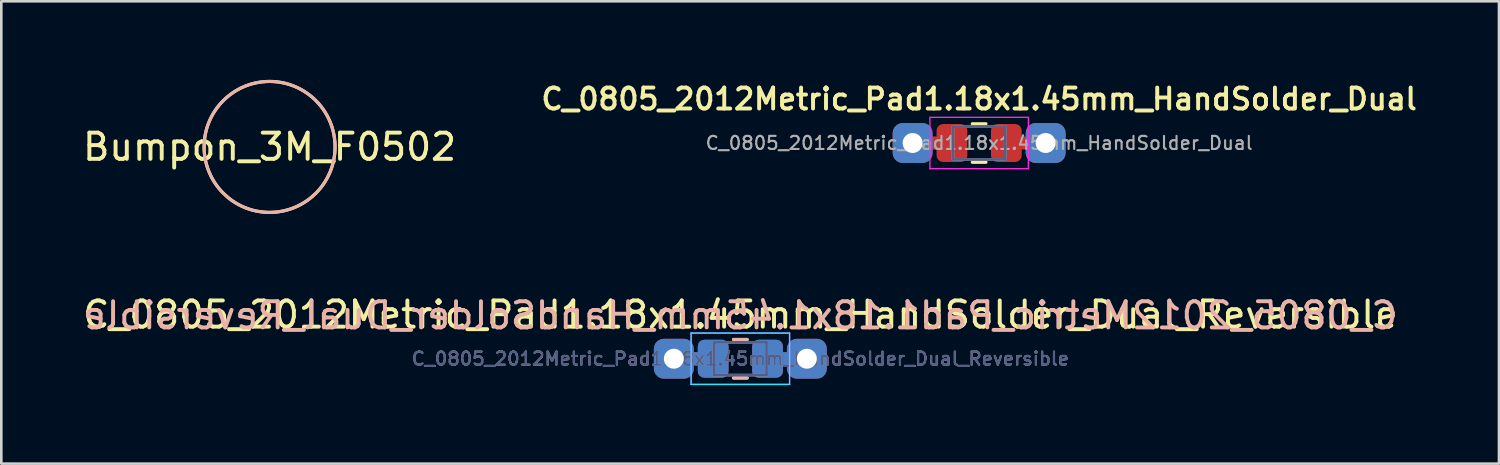
<source format=kicad_pcb>
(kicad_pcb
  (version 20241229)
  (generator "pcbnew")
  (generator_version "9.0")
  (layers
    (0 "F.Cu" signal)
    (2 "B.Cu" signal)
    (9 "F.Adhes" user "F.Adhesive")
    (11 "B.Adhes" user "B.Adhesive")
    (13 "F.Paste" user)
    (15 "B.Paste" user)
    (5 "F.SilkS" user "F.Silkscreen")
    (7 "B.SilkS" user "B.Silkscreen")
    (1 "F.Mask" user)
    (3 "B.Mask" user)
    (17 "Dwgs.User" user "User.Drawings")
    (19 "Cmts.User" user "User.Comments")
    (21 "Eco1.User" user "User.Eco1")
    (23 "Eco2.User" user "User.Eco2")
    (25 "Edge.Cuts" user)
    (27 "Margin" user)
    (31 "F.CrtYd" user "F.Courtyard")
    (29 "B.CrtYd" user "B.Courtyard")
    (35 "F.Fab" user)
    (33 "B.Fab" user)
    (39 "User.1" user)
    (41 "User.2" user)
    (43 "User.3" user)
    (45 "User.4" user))
  (footprint "C_0805_2012Metric_Pad1.18x1.45mm_HandSolder_Dual"
    (layer "F.Cu")
    (at 34.338 2.411)
    (property "Reference" "C_0805_2012Metric_Pad1.18x1.45mm_HandSolder_Dual" (at 0 -1.68 0) (layer "F.SilkS") (effects (font (size 0.8 0.8) (thickness 0.15))))
    (attr smd)
    (fp_line (start -0.261 -0.735) (end 0.261 -0.735) (stroke (width 0.12) (type solid)) (layer "F.SilkS"))
    (fp_line (start -0.261 0.735) (end 0.261 0.735) (stroke (width 0.12) (type solid)) (layer "F.SilkS"))
    (fp_line (start -1.88 -0.98) (end 1.88 -0.98) (stroke (width 0.05) (type solid)) (layer "F.CrtYd"))
    (fp_line (start -1.88 0.98) (end -1.88 -0.98) (stroke (width 0.05) (type solid)) (layer "F.CrtYd"))
    (fp_line (start 1.88 -0.98) (end 1.88 0.98) (stroke (width 0.05) (type solid)) (layer "F.CrtYd"))
    (fp_line (start 1.88 0.98) (end -1.88 0.98) (stroke (width 0.05) (type solid)) (layer "F.CrtYd"))
    (fp_line (start -1 -0.625) (end 1 -0.625) (stroke (width 0.1) (type solid)) (layer "B.Fab"))
    (fp_line (start -1 0.625) (end -1 -0.625) (stroke (width 0.1) (type solid)) (layer "B.Fab"))
    (fp_line (start 1 -0.625) (end 1 0.625) (stroke (width 0.1) (type solid)) (layer "B.Fab"))
    (fp_line (start 1 0.625) (end -1 0.625) (stroke (width 0.1) (type solid)) (layer "B.Fab"))
    (fp_line (start -1 -0.625) (end 1 -0.625) (stroke (width 0.1) (type solid)) (layer "F.Fab"))
    (fp_line (start -1 0.625) (end -1 -0.625) (stroke (width 0.1) (type solid)) (layer "F.Fab"))
    (fp_line (start 1 -0.625) (end 1 0.625) (stroke (width 0.1) (type solid)) (layer "F.Fab"))
    (fp_line (start 1 0.625) (end -1 0.625) (stroke (width 0.1) (type solid)) (layer "F.Fab"))
    (fp_text user "${REFERENCE}" (at 0 0 0) (layer "F.Fab") (effects (font (size 0.5 0.5) (thickness 0.08))))
    (pad "1" thru_hole roundrect (at -2.54 0) (size 1.524 1.524) (drill 0.762) (layers "*.Cu" "*.Mask") (roundrect_rratio 0.25))
    (pad "1" smd rect (at -1.8 0 180) (size 1.6 0.5) (layers "F.Cu"))
    (pad "1" smd roundrect (at -1.038 0) (size 1.175 1.45) (layers "F.Cu" "F.Mask" "F.Paste") (roundrect_rratio 0.213))
    (pad "2" smd roundrect (at 1.038 0) (size 1.175 1.45) (layers "F.Cu" "F.Mask" "F.Paste") (roundrect_rratio 0.213))
    (pad "2" smd rect (at 1.8 0 180) (size 1.6 0.5) (layers "F.Cu"))
    (pad "2" thru_hole roundrect (at 2.54 0) (size 1.524 1.524) (drill 0.762) (layers "*.Cu" "*.Mask") (roundrect_rratio 0.25)))
  (footprint "C_0805_2012Metric_Pad1.18x1.45mm_HandSolder_Dual_Reversible"
    (layer "F.Cu")
    (at 25.22 10.648)
    (property "Reference" "C_0805_2012Metric_Pad1.18x1.45mm_HandSolder_Dual_Reversible" (at 0 -1.68 0) (layer "F.SilkS") (effects (font (size 1 1) (thickness 0.15))))
    (attr smd)
    (fp_line (start -0.261 -0.735) (end 0.261 -0.735) (stroke (width 0.12) (type solid)) (layer "F.SilkS"))
    (fp_line (start -0.261 0.735) (end 0.261 0.735) (stroke (width 0.12) (type solid)) (layer "F.SilkS"))
    (fp_line (start -0.261 -0.735) (end 0.261 -0.735) (stroke (width 0.12) (type solid)) (layer "B.SilkS"))
    (fp_line (start -0.261 0.735) (end 0.261 0.735) (stroke (width 0.12) (type solid)) (layer "B.SilkS"))
    (fp_line (start -1.88 0.98) (end -1.88 -0.98) (stroke (width 0.05) (type solid)) (layer "B.CrtYd"))
    (fp_line (start -1.88 0.98) (end 1.88 0.98) (stroke (width 0.05) (type solid)) (layer "B.CrtYd"))
    (fp_line (start 1.88 -0.98) (end -1.88 -0.98) (stroke (width 0.05) (type solid)) (layer "B.CrtYd"))
    (fp_line (start 1.88 -0.98) (end 1.88 0.98) (stroke (width 0.05) (type solid)) (layer "B.CrtYd"))
    (fp_line (start -1.88 -0.98) (end 1.88 -0.98) (stroke (width 0.05) (type solid)) (layer "F.CrtYd"))
    (fp_line (start -1.88 0.98) (end -1.88 -0.98) (stroke (width 0.05) (type solid)) (layer "F.CrtYd"))
    (fp_line (start 1.88 -0.98) (end 1.88 0.98) (stroke (width 0.05) (type solid)) (layer "F.CrtYd"))
    (fp_line (start 1.88 0.98) (end -1.88 0.98) (stroke (width 0.05) (type solid)) (layer "F.CrtYd"))
    (fp_line (start -1 -0.625) (end 1 -0.625) (stroke (width 0.1) (type solid)) (layer "B.Fab"))
    (fp_line (start -1 0.625) (end -1 -0.625) (stroke (width 0.1) (type solid)) (layer "B.Fab"))
    (fp_line (start 1 -0.625) (end 1 0.625) (stroke (width 0.1) (type solid)) (layer "B.Fab"))
    (fp_line (start 1 0.625) (end -1 0.625) (stroke (width 0.1) (type solid)) (layer "B.Fab"))
    (fp_line (start -1 -0.625) (end 1 -0.625) (stroke (width 0.1) (type solid)) (layer "F.Fab"))
    (fp_line (start -1 0.625) (end -1 -0.625) (stroke (width 0.1) (type solid)) (layer "F.Fab"))
    (fp_line (start 1 -0.625) (end 1 0.625) (stroke (width 0.1) (type solid)) (layer "F.Fab"))
    (fp_line (start 1 0.625) (end -1 0.625) (stroke (width 0.1) (type solid)) (layer "F.Fab"))
    (fp_text user "${REFERENCE}" (at 0 -1.651 0) (layer "B.SilkS") (effects (font (size 1 1) (thickness 0.15)) (justify mirror)))
    (fp_text user "${REFERENCE}" (at 0 0 0) (layer "B.Fab") (effects (font (size 0.5 0.5) (thickness 0.08))))
    (fp_text user "${REFERENCE}" (at 0 0 0) (layer "F.Fab") (effects (font (size 0.5 0.5) (thickness 0.08))))
    (pad "1" thru_hole roundrect (at -2.54 0) (size 1.524 1.524) (drill 0.762) (layers "*.Cu" "*.Mask") (roundrect_rratio 0.25))
    (pad "1" smd rect (at -1.8 0 180) (size 1.6 0.5) (layers "F.Cu"))
    (pad "1" smd rect (at -1.8 0 180) (size 1.6 0.5) (layers "B.Cu"))
    (pad "1" smd roundrect (at -1.038 0) (size 1.175 1.45) (layers "F.Cu" "F.Mask" "F.Paste") (roundrect_rratio 0.213))
    (pad "1" smd roundrect (at -1.038 0) (size 1.175 1.45) (layers "B.Cu" "B.Mask" "B.Paste") (roundrect_rratio 0.213))
    (pad "2" smd roundrect (at 1.038 0) (size 1.175 1.45) (layers "F.Cu" "F.Mask" "F.Paste") (roundrect_rratio 0.213))
    (pad "2" smd roundrect (at 1.038 0) (size 1.175 1.45) (layers "B.Cu" "B.Mask" "B.Paste") (roundrect_rratio 0.213))
    (pad "2" smd rect (at 1.8 0 180) (size 1.6 0.5) (layers "F.Cu"))
    (pad "2" smd rect (at 1.8 0 180) (size 1.6 0.5) (layers "B.Cu"))
    (pad "2" thru_hole roundrect (at 2.54 0) (size 1.524 1.524) (drill 0.762) (layers "*.Cu" "*.Mask") (roundrect_rratio 0.25)))
  (footprint "Bumpon_3M_F0502"
    (layer "F.Cu")
    (at 7.244 2.56)
    (property "Reference" "Bumpon_3M_F0502" (at 0 0 0) (layer "F.SilkS") (effects (font (size 1 1) (thickness 0.15))))
    (attr through_hole)
    (fp_circle (center 0 0) (end 2.5 0) (stroke (width 0.12) (type solid)) (fill no) (layer "F.SilkS"))
    (fp_circle (center 0 0) (end 2.5 0) (stroke (width 0.12) (type solid)) (fill no) (layer "B.SilkS")))
  (gr_rect
    (start -3 -3)
    (end 54.188 14.653)
    (stroke (width 0.1) (type default))
    (fill no)
    (layer "Edge.Cuts")))
</source>
